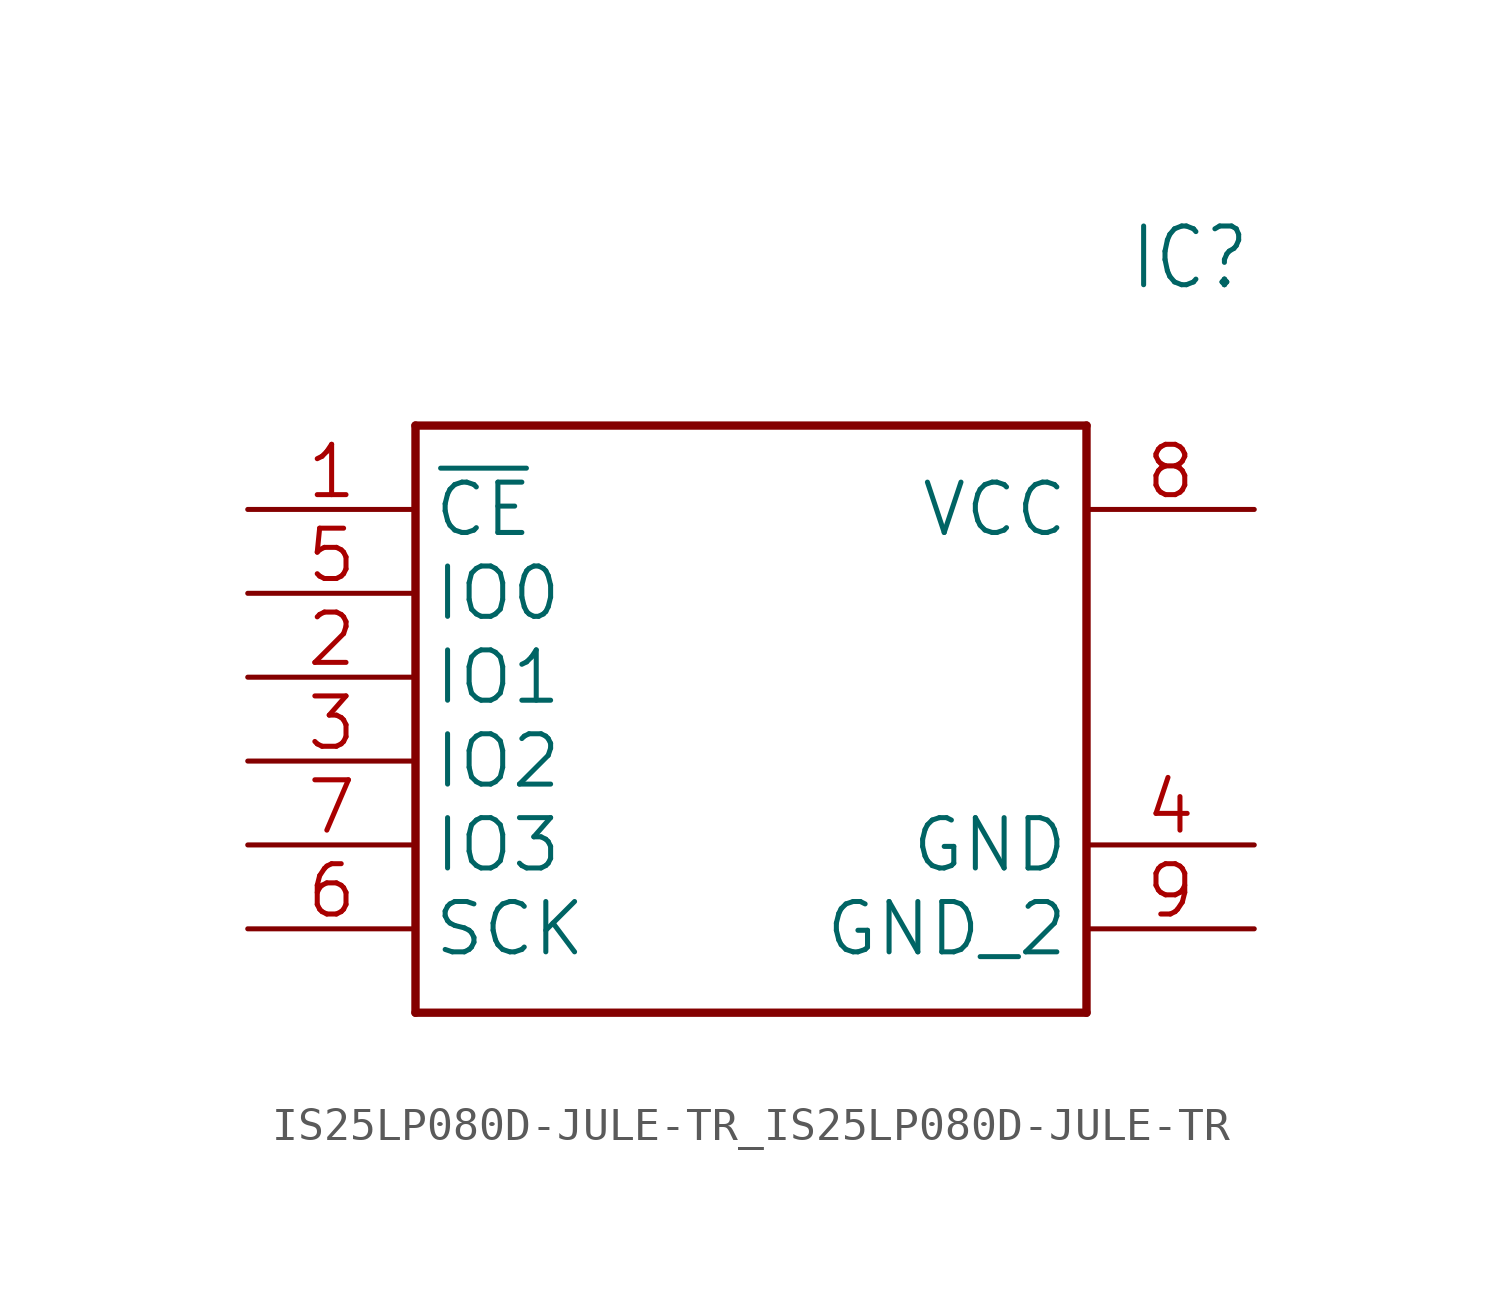
<source format=kicad_sym>
(kicad_symbol_lib
  (version 20241209)
  (generator "kicad_symbol_editor")
  (generator_version "9.0")
  (symbol "IS25LP080D-JULE-TR_IS25LP080D-JULE-TR"
    (property "Reference" "IC"
      (at 26.67 7.62 0)
      (effects (font (size 1.778 1.511)) (justify left)))
    (property "Value" ""
      (at 26.67 5.08 0)
      (effects (font (size 1.778 1.511)) (justify left)))
    (property "ki_locked" ""
      (at 0 0 0)
      (effects (font (size 1.27 1.27))))
    (symbol "IS25LP080D-JULE-TR_IS25LP080D-JULE-TR_1_0"
      (polyline (pts (xy 5.08 2.54) (xy 5.08 -15.24)) (stroke (width 0.254) (type solid)) (fill (type none)))
      (polyline (pts (xy 5.08 2.54) (xy 25.4 2.54)) (stroke (width 0.254) (type solid)) (fill (type none)))
      (polyline (pts (xy 25.4 -15.24) (xy 5.08 -15.24)) (stroke (width 0.254) (type solid)) (fill (type none)))
      (polyline (pts (xy 25.4 -15.24) (xy 25.4 2.54)) (stroke (width 0.254) (type solid)) (fill (type none)))
      (pin input line (at 0 0 0) (length 5.08) (name "~{CE}" (effects (font (size 1.524 1.524)))) (number "1" (effects (font (size 1.524 1.524)))))
      (pin bidirectional line (at 0 -2.54 0) (length 5.08) (name "IO0" (effects (font (size 1.524 1.524)))) (number "5" (effects (font (size 1.524 1.524)))))
      (pin bidirectional line (at 0 -5.08 0) (length 5.08) (name "IO1" (effects (font (size 1.524 1.524)))) (number "2" (effects (font (size 1.524 1.524)))))
      (pin bidirectional line (at 0 -7.62 0) (length 5.08) (name "IO2" (effects (font (size 1.524 1.524)))) (number "3" (effects (font (size 1.524 1.524)))))
      (pin bidirectional line (at 0 -10.16 0) (length 5.08) (name "IO3" (effects (font (size 1.524 1.524)))) (number "7" (effects (font (size 1.524 1.524)))))
      (pin input line (at 0 -12.7 0) (length 5.08) (name "SCK" (effects (font (size 1.524 1.524)))) (number "6" (effects (font (size 1.524 1.524)))))
      (pin power_in line (at 30.48 0 180) (length 5.08) (name "VCC" (effects (font (size 1.524 1.524)))) (number "8" (effects (font (size 1.524 1.524)))))
      (pin power_in line (at 30.48 -10.16 180) (length 5.08) (name "GND" (effects (font (size 1.524 1.524)))) (number "4" (effects (font (size 1.524 1.524)))))
      (pin power_in line (at 30.48 -12.7 180) (length 5.08) (name "GND_2" (effects (font (size 1.524 1.524)))) (number "9" (effects (font (size 1.524 1.524))))))))
</source>
